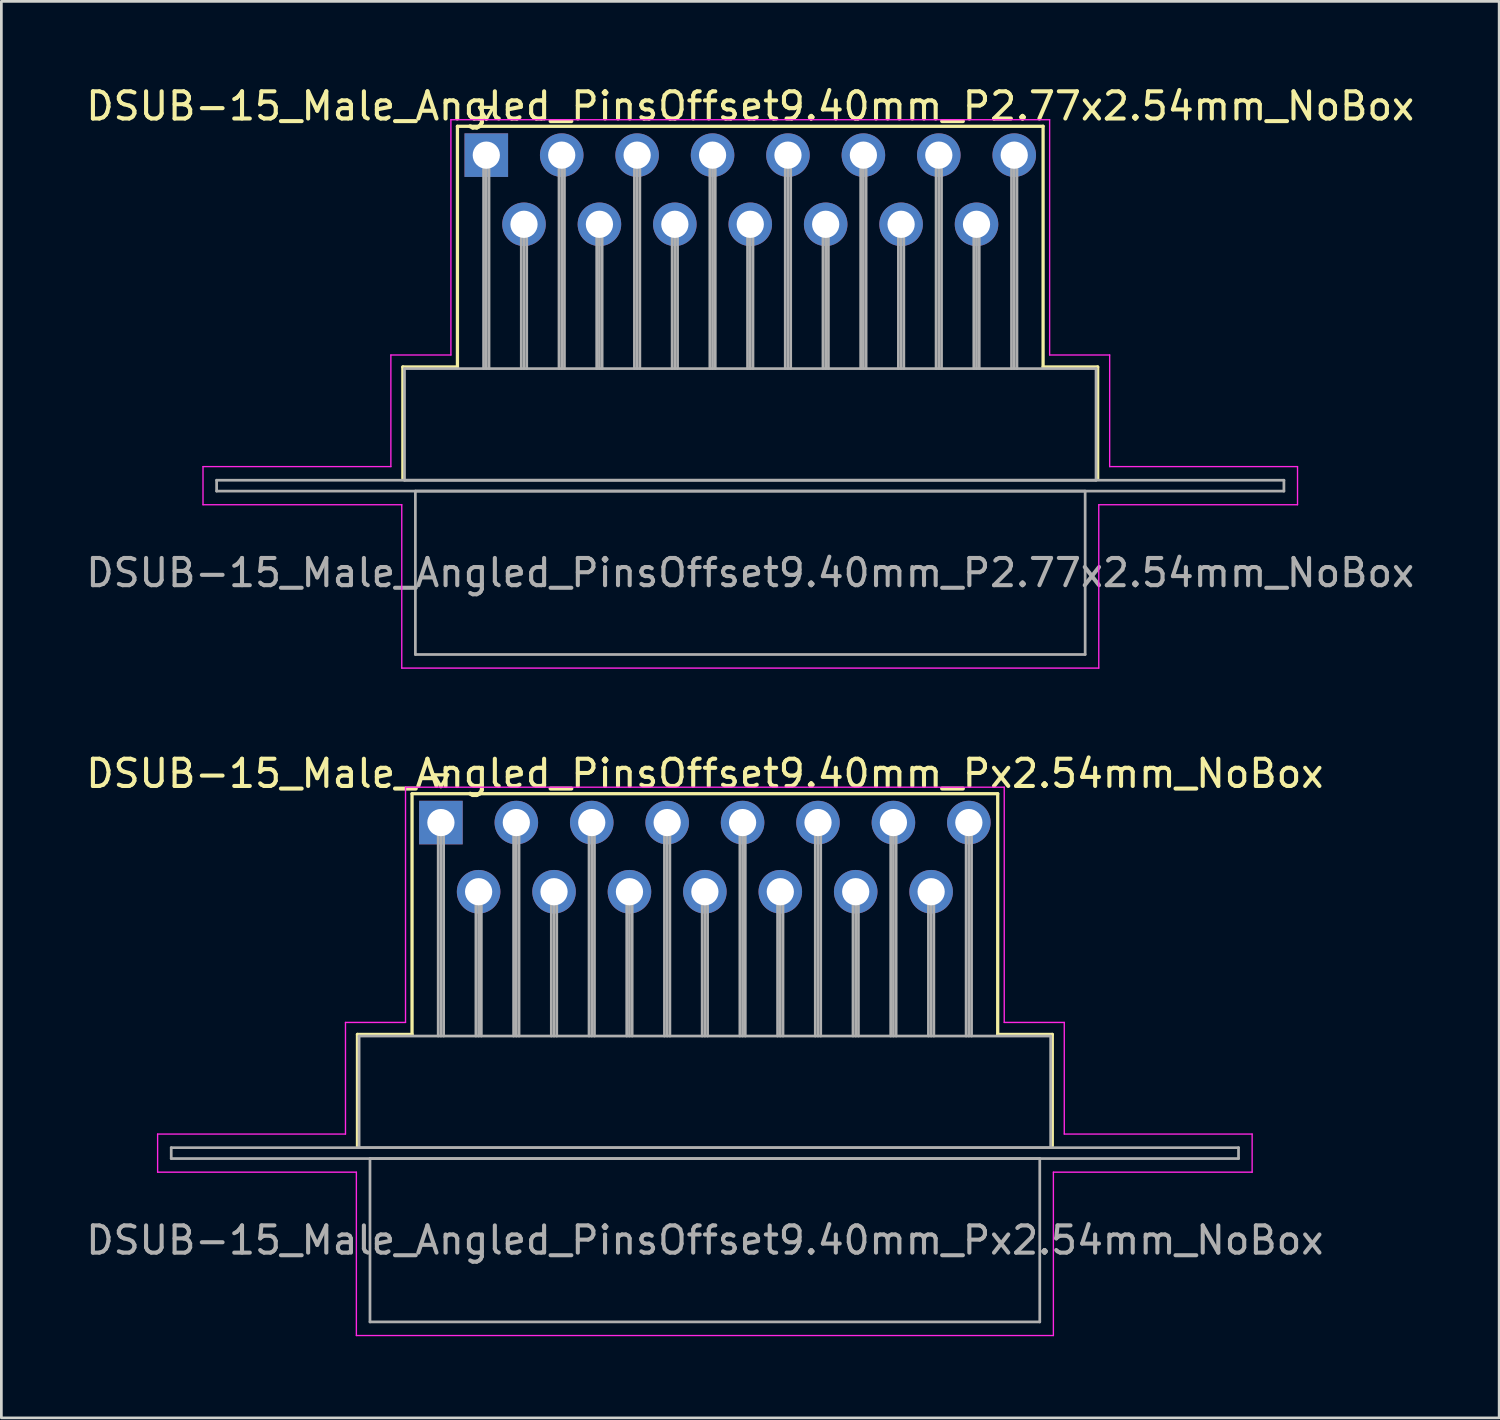
<source format=kicad_pcb>
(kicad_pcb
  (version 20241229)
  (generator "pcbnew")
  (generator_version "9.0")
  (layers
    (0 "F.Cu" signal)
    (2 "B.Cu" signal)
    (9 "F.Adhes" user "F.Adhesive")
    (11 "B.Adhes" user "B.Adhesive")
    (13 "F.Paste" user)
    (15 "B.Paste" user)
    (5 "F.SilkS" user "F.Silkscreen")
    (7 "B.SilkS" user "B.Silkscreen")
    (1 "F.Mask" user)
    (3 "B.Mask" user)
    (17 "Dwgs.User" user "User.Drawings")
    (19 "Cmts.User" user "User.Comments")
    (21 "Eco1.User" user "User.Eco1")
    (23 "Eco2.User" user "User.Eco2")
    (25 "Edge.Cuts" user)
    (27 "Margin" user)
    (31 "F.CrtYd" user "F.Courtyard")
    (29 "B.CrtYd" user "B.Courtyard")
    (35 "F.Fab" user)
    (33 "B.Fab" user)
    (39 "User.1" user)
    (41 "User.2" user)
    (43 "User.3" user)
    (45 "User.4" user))
  (footprint "DSUB-15_Male_Angled_PinsOffset9.40mm_P2.77x2.54mm_NoBox"
    (layer "F.Cu")
    (at 14.811 2.648)
    (property "Reference" "DSUB-15_Male_Angled_PinsOffset9.40mm_P2.77x2.54mm_NoBox" (at 9.695 -1.8 0) (layer "F.SilkS") (effects (font (size 1 1) (thickness 0.15))))
    (attr through_hole)
    (fp_line (start -3.065 7.78) (end -1.06 7.78) (stroke (width 0.12) (type solid)) (layer "F.SilkS"))
    (fp_line (start -3.065 11.88) (end -3.065 7.78) (stroke (width 0.12) (type solid)) (layer "F.SilkS"))
    (fp_line (start -1.06 -1.06) (end 20.45 -1.06) (stroke (width 0.12) (type solid)) (layer "F.SilkS"))
    (fp_line (start -1.06 7.78) (end -1.06 -1.06) (stroke (width 0.12) (type solid)) (layer "F.SilkS"))
    (fp_line (start -0.25 -1.754) (end 0.25 -1.754) (stroke (width 0.12) (type solid)) (layer "F.SilkS"))
    (fp_line (start 0 -1.321) (end -0.25 -1.754) (stroke (width 0.12) (type solid)) (layer "F.SilkS"))
    (fp_line (start 0.25 -1.754) (end 0 -1.321) (stroke (width 0.12) (type solid)) (layer "F.SilkS"))
    (fp_line (start 20.45 -1.06) (end 20.45 7.78) (stroke (width 0.12) (type solid)) (layer "F.SilkS"))
    (fp_line (start 20.45 7.78) (end 22.455 7.78) (stroke (width 0.12) (type solid)) (layer "F.SilkS"))
    (fp_line (start 22.455 7.78) (end 22.455 11.88) (stroke (width 0.12) (type solid)) (layer "F.SilkS"))
    (fp_line (start -10.405 11.44) (end -3.505 11.44) (stroke (width 0.05) (type solid)) (layer "F.CrtYd"))
    (fp_line (start -10.405 12.84) (end -10.405 11.44) (stroke (width 0.05) (type solid)) (layer "F.CrtYd"))
    (fp_line (start -3.505 7.34) (end -1.3 7.34) (stroke (width 0.05) (type solid)) (layer "F.CrtYd"))
    (fp_line (start -3.505 11.44) (end -3.505 7.34) (stroke (width 0.05) (type solid)) (layer "F.CrtYd"))
    (fp_line (start -3.105 12.84) (end -10.405 12.84) (stroke (width 0.05) (type solid)) (layer "F.CrtYd"))
    (fp_line (start -3.105 18.84) (end -3.105 12.84) (stroke (width 0.05) (type solid)) (layer "F.CrtYd"))
    (fp_line (start -1.3 -1.3) (end 20.69 -1.3) (stroke (width 0.05) (type solid)) (layer "F.CrtYd"))
    (fp_line (start -1.3 7.34) (end -1.3 -1.3) (stroke (width 0.05) (type solid)) (layer "F.CrtYd"))
    (fp_line (start 20.69 -1.3) (end 20.69 7.34) (stroke (width 0.05) (type solid)) (layer "F.CrtYd"))
    (fp_line (start 20.69 7.34) (end 22.895 7.34) (stroke (width 0.05) (type solid)) (layer "F.CrtYd"))
    (fp_line (start 22.495 12.84) (end 22.495 18.84) (stroke (width 0.05) (type solid)) (layer "F.CrtYd"))
    (fp_line (start 22.495 18.84) (end -3.105 18.84) (stroke (width 0.05) (type solid)) (layer "F.CrtYd"))
    (fp_line (start 22.895 7.34) (end 22.895 11.44) (stroke (width 0.05) (type solid)) (layer "F.CrtYd"))
    (fp_line (start 22.895 11.44) (end 29.795 11.44) (stroke (width 0.05) (type solid)) (layer "F.CrtYd"))
    (fp_line (start 29.795 11.44) (end 29.795 12.84) (stroke (width 0.05) (type solid)) (layer "F.CrtYd"))
    (fp_line (start 29.795 12.84) (end 22.495 12.84) (stroke (width 0.05) (type solid)) (layer "F.CrtYd"))
    (fp_line (start -9.905 11.94) (end -9.905 12.34) (stroke (width 0.1) (type solid)) (layer "F.Fab"))
    (fp_line (start -9.905 12.34) (end 29.295 12.34) (stroke (width 0.1) (type solid)) (layer "F.Fab"))
    (fp_line (start -3.005 7.84) (end -3.005 11.94) (stroke (width 0.1) (type solid)) (layer "F.Fab"))
    (fp_line (start -3.005 11.94) (end 22.395 11.94) (stroke (width 0.1) (type solid)) (layer "F.Fab"))
    (fp_line (start -2.605 12.34) (end -2.605 18.34) (stroke (width 0.1) (type solid)) (layer "F.Fab"))
    (fp_line (start -2.605 18.34) (end 21.995 18.34) (stroke (width 0.1) (type solid)) (layer "F.Fab"))
    (fp_line (start -0.1 0) (end -0.1 7.84) (stroke (width 0.1) (type solid)) (layer "F.Fab"))
    (fp_line (start 0 0) (end 0 7.84) (stroke (width 0.1) (type solid)) (layer "F.Fab"))
    (fp_line (start 0.1 0) (end 0.1 7.84) (stroke (width 0.1) (type solid)) (layer "F.Fab"))
    (fp_line (start 1.285 2.54) (end 1.285 7.84) (stroke (width 0.1) (type solid)) (layer "F.Fab"))
    (fp_line (start 1.385 2.54) (end 1.385 7.84) (stroke (width 0.1) (type solid)) (layer "F.Fab"))
    (fp_line (start 1.485 2.54) (end 1.485 7.84) (stroke (width 0.1) (type solid)) (layer "F.Fab"))
    (fp_line (start 2.67 0) (end 2.67 7.84) (stroke (width 0.1) (type solid)) (layer "F.Fab"))
    (fp_line (start 2.77 0) (end 2.77 7.84) (stroke (width 0.1) (type solid)) (layer "F.Fab"))
    (fp_line (start 2.87 0) (end 2.87 7.84) (stroke (width 0.1) (type solid)) (layer "F.Fab"))
    (fp_line (start 4.055 2.54) (end 4.055 7.84) (stroke (width 0.1) (type solid)) (layer "F.Fab"))
    (fp_line (start 4.155 2.54) (end 4.155 7.84) (stroke (width 0.1) (type solid)) (layer "F.Fab"))
    (fp_line (start 4.255 2.54) (end 4.255 7.84) (stroke (width 0.1) (type solid)) (layer "F.Fab"))
    (fp_line (start 5.44 0) (end 5.44 7.84) (stroke (width 0.1) (type solid)) (layer "F.Fab"))
    (fp_line (start 5.54 0) (end 5.54 7.84) (stroke (width 0.1) (type solid)) (layer "F.Fab"))
    (fp_line (start 5.64 0) (end 5.64 7.84) (stroke (width 0.1) (type solid)) (layer "F.Fab"))
    (fp_line (start 6.825 2.54) (end 6.825 7.84) (stroke (width 0.1) (type solid)) (layer "F.Fab"))
    (fp_line (start 6.925 2.54) (end 6.925 7.84) (stroke (width 0.1) (type solid)) (layer "F.Fab"))
    (fp_line (start 7.025 2.54) (end 7.025 7.84) (stroke (width 0.1) (type solid)) (layer "F.Fab"))
    (fp_line (start 8.21 0) (end 8.21 7.84) (stroke (width 0.1) (type solid)) (layer "F.Fab"))
    (fp_line (start 8.31 0) (end 8.31 7.84) (stroke (width 0.1) (type solid)) (layer "F.Fab"))
    (fp_line (start 8.41 0) (end 8.41 7.84) (stroke (width 0.1) (type solid)) (layer "F.Fab"))
    (fp_line (start 9.595 2.54) (end 9.595 7.84) (stroke (width 0.1) (type solid)) (layer "F.Fab"))
    (fp_line (start 9.695 2.54) (end 9.695 7.84) (stroke (width 0.1) (type solid)) (layer "F.Fab"))
    (fp_line (start 9.795 2.54) (end 9.795 7.84) (stroke (width 0.1) (type solid)) (layer "F.Fab"))
    (fp_line (start 10.98 0) (end 10.98 7.84) (stroke (width 0.1) (type solid)) (layer "F.Fab"))
    (fp_line (start 11.08 0) (end 11.08 7.84) (stroke (width 0.1) (type solid)) (layer "F.Fab"))
    (fp_line (start 11.18 0) (end 11.18 7.84) (stroke (width 0.1) (type solid)) (layer "F.Fab"))
    (fp_line (start 12.365 2.54) (end 12.365 7.84) (stroke (width 0.1) (type solid)) (layer "F.Fab"))
    (fp_line (start 12.465 2.54) (end 12.465 7.84) (stroke (width 0.1) (type solid)) (layer "F.Fab"))
    (fp_line (start 12.565 2.54) (end 12.565 7.84) (stroke (width 0.1) (type solid)) (layer "F.Fab"))
    (fp_line (start 13.75 0) (end 13.75 7.84) (stroke (width 0.1) (type solid)) (layer "F.Fab"))
    (fp_line (start 13.85 0) (end 13.85 7.84) (stroke (width 0.1) (type solid)) (layer "F.Fab"))
    (fp_line (start 13.95 0) (end 13.95 7.84) (stroke (width 0.1) (type solid)) (layer "F.Fab"))
    (fp_line (start 15.135 2.54) (end 15.135 7.84) (stroke (width 0.1) (type solid)) (layer "F.Fab"))
    (fp_line (start 15.235 2.54) (end 15.235 7.84) (stroke (width 0.1) (type solid)) (layer "F.Fab"))
    (fp_line (start 15.335 2.54) (end 15.335 7.84) (stroke (width 0.1) (type solid)) (layer "F.Fab"))
    (fp_line (start 16.52 0) (end 16.52 7.84) (stroke (width 0.1) (type solid)) (layer "F.Fab"))
    (fp_line (start 16.62 0) (end 16.62 7.84) (stroke (width 0.1) (type solid)) (layer "F.Fab"))
    (fp_line (start 16.72 0) (end 16.72 7.84) (stroke (width 0.1) (type solid)) (layer "F.Fab"))
    (fp_line (start 17.905 2.54) (end 17.905 7.84) (stroke (width 0.1) (type solid)) (layer "F.Fab"))
    (fp_line (start 18.005 2.54) (end 18.005 7.84) (stroke (width 0.1) (type solid)) (layer "F.Fab"))
    (fp_line (start 18.105 2.54) (end 18.105 7.84) (stroke (width 0.1) (type solid)) (layer "F.Fab"))
    (fp_line (start 19.29 0) (end 19.29 7.84) (stroke (width 0.1) (type solid)) (layer "F.Fab"))
    (fp_line (start 19.39 0) (end 19.39 7.84) (stroke (width 0.1) (type solid)) (layer "F.Fab"))
    (fp_line (start 19.49 0) (end 19.49 7.84) (stroke (width 0.1) (type solid)) (layer "F.Fab"))
    (fp_line (start 21.995 12.34) (end -2.605 12.34) (stroke (width 0.1) (type solid)) (layer "F.Fab"))
    (fp_line (start 21.995 18.34) (end 21.995 12.34) (stroke (width 0.1) (type solid)) (layer "F.Fab"))
    (fp_line (start 22.395 7.84) (end -3.005 7.84) (stroke (width 0.1) (type solid)) (layer "F.Fab"))
    (fp_line (start 22.395 11.94) (end 22.395 7.84) (stroke (width 0.1) (type solid)) (layer "F.Fab"))
    (fp_line (start 29.295 11.94) (end -9.905 11.94) (stroke (width 0.1) (type solid)) (layer "F.Fab"))
    (fp_line (start 29.295 12.34) (end 29.295 11.94) (stroke (width 0.1) (type solid)) (layer "F.Fab"))
    (fp_text user "${REFERENCE}" (at 9.695 15.34 0) (layer "F.Fab") (effects (font (size 1 1) (thickness 0.15))))
    (pad "1" thru_hole rect (at 0 0) (size 1.6 1.6) (drill 1) (layers "*.Cu" "*.Mask"))
    (pad "2" thru_hole circle (at 2.77 0) (size 1.6 1.6) (drill 1) (layers "*.Cu" "*.Mask"))
    (pad "3" thru_hole circle (at 5.54 0) (size 1.6 1.6) (drill 1) (layers "*.Cu" "*.Mask"))
    (pad "4" thru_hole circle (at 8.31 0) (size 1.6 1.6) (drill 1) (layers "*.Cu" "*.Mask"))
    (pad "5" thru_hole circle (at 11.08 0) (size 1.6 1.6) (drill 1) (layers "*.Cu" "*.Mask"))
    (pad "6" thru_hole circle (at 13.85 0) (size 1.6 1.6) (drill 1) (layers "*.Cu" "*.Mask"))
    (pad "7" thru_hole circle (at 16.62 0) (size 1.6 1.6) (drill 1) (layers "*.Cu" "*.Mask"))
    (pad "8" thru_hole circle (at 19.39 0) (size 1.6 1.6) (drill 1) (layers "*.Cu" "*.Mask"))
    (pad "9" thru_hole circle (at 1.385 2.54) (size 1.6 1.6) (drill 1) (layers "*.Cu" "*.Mask"))
    (pad "10" thru_hole circle (at 4.155 2.54) (size 1.6 1.6) (drill 1) (layers "*.Cu" "*.Mask"))
    (pad "11" thru_hole circle (at 6.925 2.54) (size 1.6 1.6) (drill 1) (layers "*.Cu" "*.Mask"))
    (pad "12" thru_hole circle (at 9.695 2.54) (size 1.6 1.6) (drill 1) (layers "*.Cu" "*.Mask"))
    (pad "13" thru_hole circle (at 12.465 2.54) (size 1.6 1.6) (drill 1) (layers "*.Cu" "*.Mask"))
    (pad "14" thru_hole circle (at 15.235 2.54) (size 1.6 1.6) (drill 1) (layers "*.Cu" "*.Mask"))
    (pad "15" thru_hole circle (at 18.005 2.54) (size 1.6 1.6) (drill 1) (layers "*.Cu" "*.Mask")))
  (footprint "DSUB-15_Male_Angled_PinsOffset9.40mm_Px2.54mm_NoBox"
    (layer "F.Cu")
    (at 13.144 27.162)
    (property "Reference" "DSUB-15_Male_Angled_PinsOffset9.40mm_Px2.54mm_NoBox" (at 9.695 -1.8 0) (layer "F.SilkS") (effects (font (size 1 1) (thickness 0.15))))
    (attr through_hole)
    (fp_line (start -3.065 7.78) (end -1.06 7.78) (stroke (width 0.12) (type solid)) (layer "F.SilkS"))
    (fp_line (start -3.065 11.88) (end -3.065 7.78) (stroke (width 0.12) (type solid)) (layer "F.SilkS"))
    (fp_line (start -1.06 -1.06) (end 20.45 -1.06) (stroke (width 0.12) (type solid)) (layer "F.SilkS"))
    (fp_line (start -1.06 7.78) (end -1.06 -1.06) (stroke (width 0.12) (type solid)) (layer "F.SilkS"))
    (fp_line (start -0.25 -1.754) (end 0.25 -1.754) (stroke (width 0.12) (type solid)) (layer "F.SilkS"))
    (fp_line (start 0 -1.321) (end -0.25 -1.754) (stroke (width 0.12) (type solid)) (layer "F.SilkS"))
    (fp_line (start 0.25 -1.754) (end 0 -1.321) (stroke (width 0.12) (type solid)) (layer "F.SilkS"))
    (fp_line (start 20.45 -1.06) (end 20.45 7.78) (stroke (width 0.12) (type solid)) (layer "F.SilkS"))
    (fp_line (start 20.45 7.78) (end 22.455 7.78) (stroke (width 0.12) (type solid)) (layer "F.SilkS"))
    (fp_line (start 22.455 7.78) (end 22.455 11.88) (stroke (width 0.12) (type solid)) (layer "F.SilkS"))
    (fp_line (start -10.405 11.44) (end -3.505 11.44) (stroke (width 0.05) (type solid)) (layer "F.CrtYd"))
    (fp_line (start -10.405 12.84) (end -10.405 11.44) (stroke (width 0.05) (type solid)) (layer "F.CrtYd"))
    (fp_line (start -3.505 7.34) (end -1.3 7.34) (stroke (width 0.05) (type solid)) (layer "F.CrtYd"))
    (fp_line (start -3.505 11.44) (end -3.505 7.34) (stroke (width 0.05) (type solid)) (layer "F.CrtYd"))
    (fp_line (start -3.105 12.84) (end -10.405 12.84) (stroke (width 0.05) (type solid)) (layer "F.CrtYd"))
    (fp_line (start -3.105 18.84) (end -3.105 12.84) (stroke (width 0.05) (type solid)) (layer "F.CrtYd"))
    (fp_line (start -1.3 -1.3) (end 20.69 -1.3) (stroke (width 0.05) (type solid)) (layer "F.CrtYd"))
    (fp_line (start -1.3 7.34) (end -1.3 -1.3) (stroke (width 0.05) (type solid)) (layer "F.CrtYd"))
    (fp_line (start 20.69 -1.3) (end 20.69 7.34) (stroke (width 0.05) (type solid)) (layer "F.CrtYd"))
    (fp_line (start 20.69 7.34) (end 22.895 7.34) (stroke (width 0.05) (type solid)) (layer "F.CrtYd"))
    (fp_line (start 22.495 12.84) (end 22.495 18.84) (stroke (width 0.05) (type solid)) (layer "F.CrtYd"))
    (fp_line (start 22.495 18.84) (end -3.105 18.84) (stroke (width 0.05) (type solid)) (layer "F.CrtYd"))
    (fp_line (start 22.895 7.34) (end 22.895 11.44) (stroke (width 0.05) (type solid)) (layer "F.CrtYd"))
    (fp_line (start 22.895 11.44) (end 29.795 11.44) (stroke (width 0.05) (type solid)) (layer "F.CrtYd"))
    (fp_line (start 29.795 11.44) (end 29.795 12.84) (stroke (width 0.05) (type solid)) (layer "F.CrtYd"))
    (fp_line (start 29.795 12.84) (end 22.495 12.84) (stroke (width 0.05) (type solid)) (layer "F.CrtYd"))
    (fp_line (start -9.905 11.94) (end -9.905 12.34) (stroke (width 0.1) (type solid)) (layer "F.Fab"))
    (fp_line (start -9.905 12.34) (end 29.295 12.34) (stroke (width 0.1) (type solid)) (layer "F.Fab"))
    (fp_line (start -3.005 7.84) (end -3.005 11.94) (stroke (width 0.1) (type solid)) (layer "F.Fab"))
    (fp_line (start -3.005 11.94) (end 22.395 11.94) (stroke (width 0.1) (type solid)) (layer "F.Fab"))
    (fp_line (start -2.605 12.34) (end -2.605 18.34) (stroke (width 0.1) (type solid)) (layer "F.Fab"))
    (fp_line (start -2.605 18.34) (end 21.995 18.34) (stroke (width 0.1) (type solid)) (layer "F.Fab"))
    (fp_line (start -0.1 0) (end -0.1 7.84) (stroke (width 0.1) (type solid)) (layer "F.Fab"))
    (fp_line (start 0 0) (end 0 7.84) (stroke (width 0.1) (type solid)) (layer "F.Fab"))
    (fp_line (start 0.1 0) (end 0.1 7.84) (stroke (width 0.1) (type solid)) (layer "F.Fab"))
    (fp_line (start 1.285 2.54) (end 1.285 7.84) (stroke (width 0.1) (type solid)) (layer "F.Fab"))
    (fp_line (start 1.385 2.54) (end 1.385 7.84) (stroke (width 0.1) (type solid)) (layer "F.Fab"))
    (fp_line (start 1.485 2.54) (end 1.485 7.84) (stroke (width 0.1) (type solid)) (layer "F.Fab"))
    (fp_line (start 2.67 0) (end 2.67 7.84) (stroke (width 0.1) (type solid)) (layer "F.Fab"))
    (fp_line (start 2.77 0) (end 2.77 7.84) (stroke (width 0.1) (type solid)) (layer "F.Fab"))
    (fp_line (start 2.87 0) (end 2.87 7.84) (stroke (width 0.1) (type solid)) (layer "F.Fab"))
    (fp_line (start 4.055 2.54) (end 4.055 7.84) (stroke (width 0.1) (type solid)) (layer "F.Fab"))
    (fp_line (start 4.155 2.54) (end 4.155 7.84) (stroke (width 0.1) (type solid)) (layer "F.Fab"))
    (fp_line (start 4.255 2.54) (end 4.255 7.84) (stroke (width 0.1) (type solid)) (layer "F.Fab"))
    (fp_line (start 5.44 0) (end 5.44 7.84) (stroke (width 0.1) (type solid)) (layer "F.Fab"))
    (fp_line (start 5.54 0) (end 5.54 7.84) (stroke (width 0.1) (type solid)) (layer "F.Fab"))
    (fp_line (start 5.64 0) (end 5.64 7.84) (stroke (width 0.1) (type solid)) (layer "F.Fab"))
    (fp_line (start 6.825 2.54) (end 6.825 7.84) (stroke (width 0.1) (type solid)) (layer "F.Fab"))
    (fp_line (start 6.925 2.54) (end 6.925 7.84) (stroke (width 0.1) (type solid)) (layer "F.Fab"))
    (fp_line (start 7.025 2.54) (end 7.025 7.84) (stroke (width 0.1) (type solid)) (layer "F.Fab"))
    (fp_line (start 8.21 0) (end 8.21 7.84) (stroke (width 0.1) (type solid)) (layer "F.Fab"))
    (fp_line (start 8.31 0) (end 8.31 7.84) (stroke (width 0.1) (type solid)) (layer "F.Fab"))
    (fp_line (start 8.41 0) (end 8.41 7.84) (stroke (width 0.1) (type solid)) (layer "F.Fab"))
    (fp_line (start 9.595 2.54) (end 9.595 7.84) (stroke (width 0.1) (type solid)) (layer "F.Fab"))
    (fp_line (start 9.695 2.54) (end 9.695 7.84) (stroke (width 0.1) (type solid)) (layer "F.Fab"))
    (fp_line (start 9.795 2.54) (end 9.795 7.84) (stroke (width 0.1) (type solid)) (layer "F.Fab"))
    (fp_line (start 10.98 0) (end 10.98 7.84) (stroke (width 0.1) (type solid)) (layer "F.Fab"))
    (fp_line (start 11.08 0) (end 11.08 7.84) (stroke (width 0.1) (type solid)) (layer "F.Fab"))
    (fp_line (start 11.18 0) (end 11.18 7.84) (stroke (width 0.1) (type solid)) (layer "F.Fab"))
    (fp_line (start 12.365 2.54) (end 12.365 7.84) (stroke (width 0.1) (type solid)) (layer "F.Fab"))
    (fp_line (start 12.465 2.54) (end 12.465 7.84) (stroke (width 0.1) (type solid)) (layer "F.Fab"))
    (fp_line (start 12.565 2.54) (end 12.565 7.84) (stroke (width 0.1) (type solid)) (layer "F.Fab"))
    (fp_line (start 13.75 0) (end 13.75 7.84) (stroke (width 0.1) (type solid)) (layer "F.Fab"))
    (fp_line (start 13.85 0) (end 13.85 7.84) (stroke (width 0.1) (type solid)) (layer "F.Fab"))
    (fp_line (start 13.95 0) (end 13.95 7.84) (stroke (width 0.1) (type solid)) (layer "F.Fab"))
    (fp_line (start 15.135 2.54) (end 15.135 7.84) (stroke (width 0.1) (type solid)) (layer "F.Fab"))
    (fp_line (start 15.235 2.54) (end 15.235 7.84) (stroke (width 0.1) (type solid)) (layer "F.Fab"))
    (fp_line (start 15.335 2.54) (end 15.335 7.84) (stroke (width 0.1) (type solid)) (layer "F.Fab"))
    (fp_line (start 16.52 0) (end 16.52 7.84) (stroke (width 0.1) (type solid)) (layer "F.Fab"))
    (fp_line (start 16.62 0) (end 16.62 7.84) (stroke (width 0.1) (type solid)) (layer "F.Fab"))
    (fp_line (start 16.72 0) (end 16.72 7.84) (stroke (width 0.1) (type solid)) (layer "F.Fab"))
    (fp_line (start 17.905 2.54) (end 17.905 7.84) (stroke (width 0.1) (type solid)) (layer "F.Fab"))
    (fp_line (start 18.005 2.54) (end 18.005 7.84) (stroke (width 0.1) (type solid)) (layer "F.Fab"))
    (fp_line (start 18.105 2.54) (end 18.105 7.84) (stroke (width 0.1) (type solid)) (layer "F.Fab"))
    (fp_line (start 19.29 0) (end 19.29 7.84) (stroke (width 0.1) (type solid)) (layer "F.Fab"))
    (fp_line (start 19.39 0) (end 19.39 7.84) (stroke (width 0.1) (type solid)) (layer "F.Fab"))
    (fp_line (start 19.49 0) (end 19.49 7.84) (stroke (width 0.1) (type solid)) (layer "F.Fab"))
    (fp_line (start 21.995 12.34) (end -2.605 12.34) (stroke (width 0.1) (type solid)) (layer "F.Fab"))
    (fp_line (start 21.995 18.34) (end 21.995 12.34) (stroke (width 0.1) (type solid)) (layer "F.Fab"))
    (fp_line (start 22.395 7.84) (end -3.005 7.84) (stroke (width 0.1) (type solid)) (layer "F.Fab"))
    (fp_line (start 22.395 11.94) (end 22.395 7.84) (stroke (width 0.1) (type solid)) (layer "F.Fab"))
    (fp_line (start 29.295 11.94) (end -9.905 11.94) (stroke (width 0.1) (type solid)) (layer "F.Fab"))
    (fp_line (start 29.295 12.34) (end 29.295 11.94) (stroke (width 0.1) (type solid)) (layer "F.Fab"))
    (fp_text user "${REFERENCE}" (at 9.695 15.34 0) (layer "F.Fab") (effects (font (size 1 1) (thickness 0.15))))
    (pad "1" thru_hole rect (at 0 0) (size 1.6 1.6) (drill 1) (layers "*.Cu" "*.Mask"))
    (pad "2" thru_hole circle (at 2.77 0) (size 1.6 1.6) (drill 1) (layers "*.Cu" "*.Mask"))
    (pad "3" thru_hole circle (at 5.54 0) (size 1.6 1.6) (drill 1) (layers "*.Cu" "*.Mask"))
    (pad "4" thru_hole circle (at 8.31 0) (size 1.6 1.6) (drill 1) (layers "*.Cu" "*.Mask"))
    (pad "5" thru_hole circle (at 11.08 0) (size 1.6 1.6) (drill 1) (layers "*.Cu" "*.Mask"))
    (pad "6" thru_hole circle (at 13.85 0) (size 1.6 1.6) (drill 1) (layers "*.Cu" "*.Mask"))
    (pad "7" thru_hole circle (at 16.62 0) (size 1.6 1.6) (drill 1) (layers "*.Cu" "*.Mask"))
    (pad "8" thru_hole circle (at 19.39 0) (size 1.6 1.6) (drill 1) (layers "*.Cu" "*.Mask"))
    (pad "9" thru_hole circle (at 1.385 2.54) (size 1.6 1.6) (drill 1) (layers "*.Cu" "*.Mask"))
    (pad "10" thru_hole circle (at 4.155 2.54) (size 1.6 1.6) (drill 1) (layers "*.Cu" "*.Mask"))
    (pad "11" thru_hole circle (at 6.925 2.54) (size 1.6 1.6) (drill 1) (layers "*.Cu" "*.Mask"))
    (pad "12" thru_hole circle (at 9.695 2.54) (size 1.6 1.6) (drill 1) (layers "*.Cu" "*.Mask"))
    (pad "13" thru_hole circle (at 12.465 2.54) (size 1.6 1.6) (drill 1) (layers "*.Cu" "*.Mask"))
    (pad "14" thru_hole circle (at 15.235 2.54) (size 1.6 1.6) (drill 1) (layers "*.Cu" "*.Mask"))
    (pad "15" thru_hole circle (at 18.005 2.54) (size 1.6 1.6) (drill 1) (layers "*.Cu" "*.Mask")))
  (gr_rect
    (start -3 -3)
    (end 52.012 49.026)
    (stroke (width 0.1) (type default))
    (fill no)
    (layer "Edge.Cuts")))
</source>
